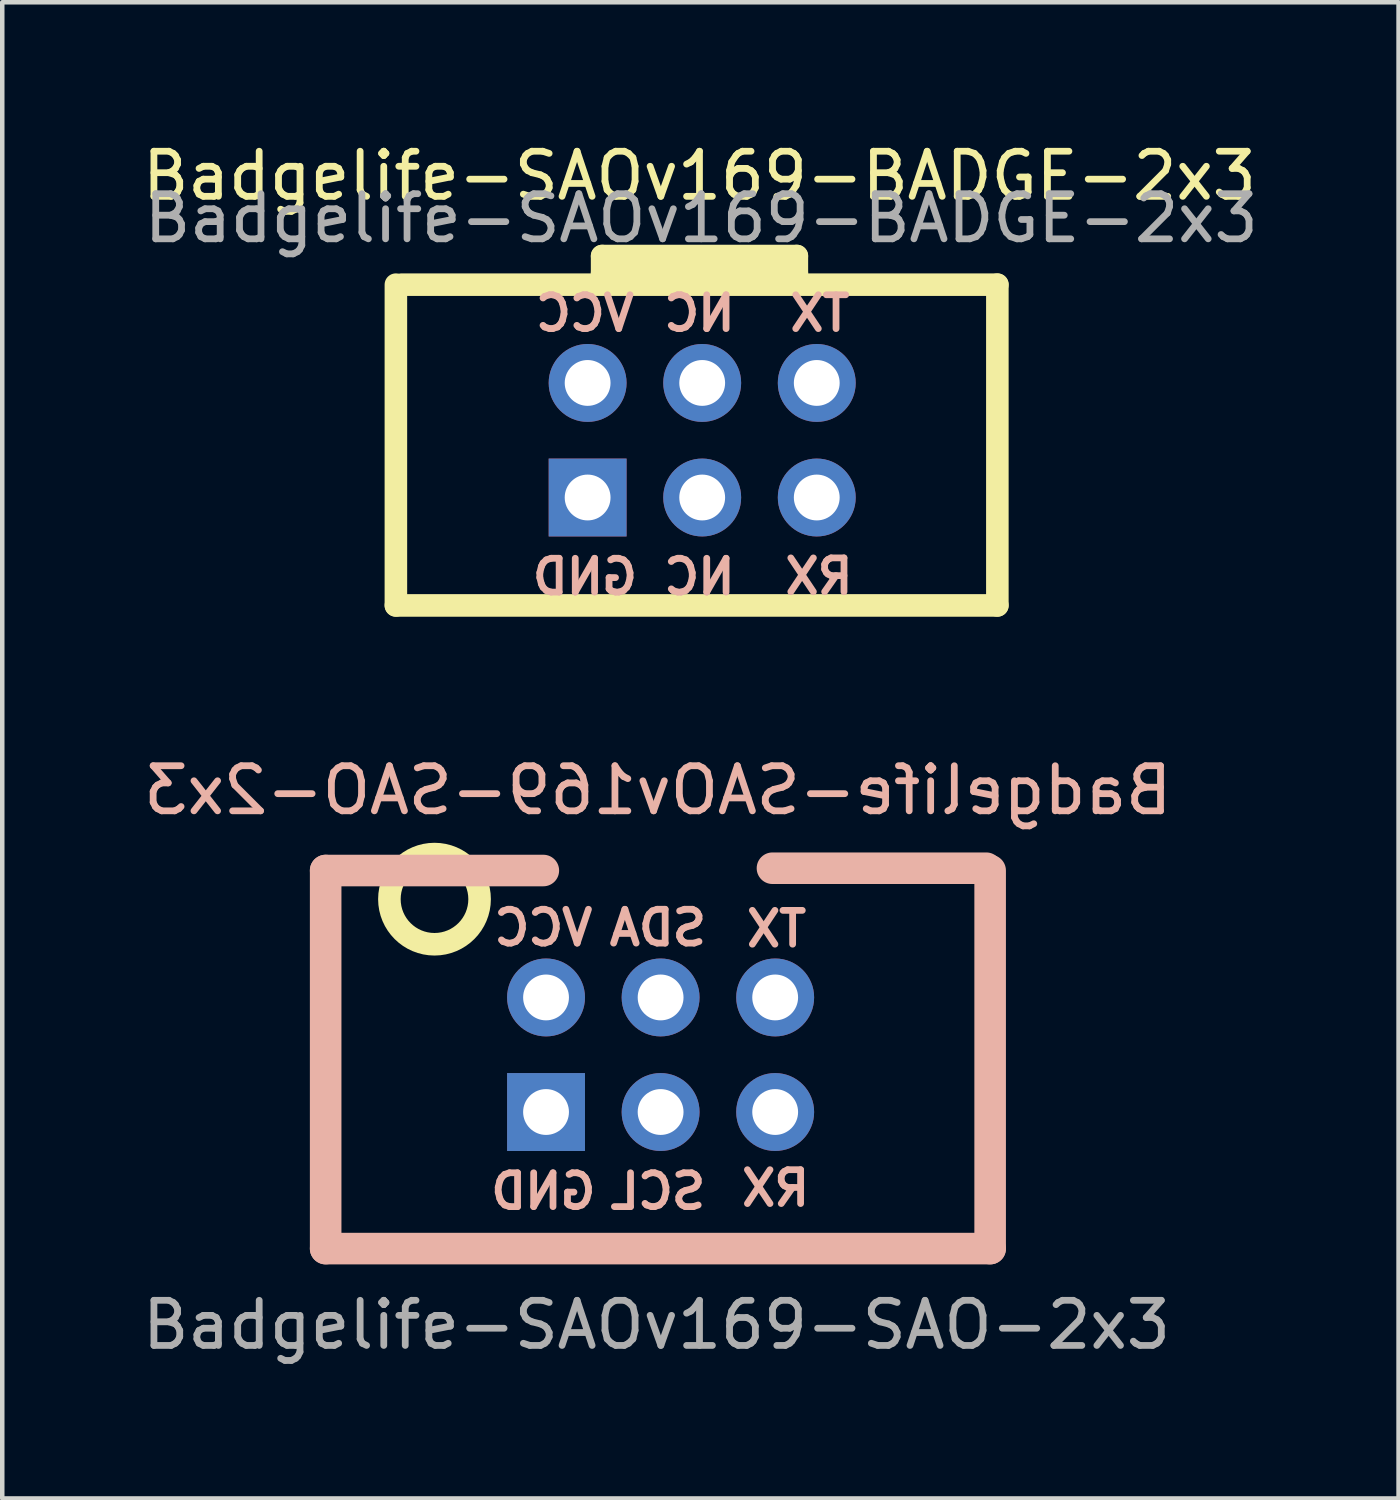
<source format=kicad_pcb>
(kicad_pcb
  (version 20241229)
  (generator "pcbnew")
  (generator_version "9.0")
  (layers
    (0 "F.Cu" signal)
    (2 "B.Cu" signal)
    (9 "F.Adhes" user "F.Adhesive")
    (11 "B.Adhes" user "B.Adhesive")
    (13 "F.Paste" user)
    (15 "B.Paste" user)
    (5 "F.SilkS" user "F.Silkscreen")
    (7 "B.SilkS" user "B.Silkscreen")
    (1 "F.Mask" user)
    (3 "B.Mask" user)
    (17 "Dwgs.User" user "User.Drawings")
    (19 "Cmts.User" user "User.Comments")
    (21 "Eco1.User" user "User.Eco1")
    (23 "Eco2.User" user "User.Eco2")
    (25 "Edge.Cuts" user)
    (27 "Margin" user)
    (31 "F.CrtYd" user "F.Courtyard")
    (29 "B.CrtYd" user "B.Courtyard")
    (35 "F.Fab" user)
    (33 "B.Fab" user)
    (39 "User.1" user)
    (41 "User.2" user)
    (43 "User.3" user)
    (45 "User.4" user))
  (footprint "Badgelife-SAOv169-SAO-2x3"
    (layer "F.Cu")
    (at 11.536 20.314)
    (property "Reference" "Badgelife-SAOv169-SAO-2x3" (at 0 -5.842 0) (layer "B.SilkS") (effects (font (size 1 1) (thickness 0.15)) (justify mirror)))
    (attr through_hole)
    (fp_circle (center -4.953 -3.429) (end -3.953 -3.429) (stroke (width 0.5) (type solid)) (fill no) (layer "F.SilkS"))
    (fp_line (start -7.366 -4.064) (end -7.366 4.318) (stroke (width 0.7) (type solid)) (layer "B.SilkS"))
    (fp_line (start -7.366 4.318) (end 7.366 4.318) (stroke (width 0.7) (type solid)) (layer "B.SilkS"))
    (fp_line (start -2.54 -4.064) (end -7.366 -4.064) (stroke (width 0.7) (type solid)) (layer "B.SilkS"))
    (fp_line (start 7.28 -4.115) (end 2.54 -4.115) (stroke (width 0.7) (type solid)) (layer "B.SilkS"))
    (fp_line (start 7.366 4.318) (end 7.366 -4.064) (stroke (width 0.7) (type solid)) (layer "B.SilkS"))
    (fp_text user "VCC" (at -2.54 -2.794 0) (unlocked yes) (layer "B.SilkS") (effects (font (size 0.75 0.75) (thickness 0.15)) (justify mirror)))
    (fp_text user "SDA" (at 0 -2.794 0) (unlocked yes) (layer "B.SilkS") (effects (font (size 0.75 0.75) (thickness 0.15)) (justify mirror)))
    (fp_text user "SCL" (at 0 3.048 0) (layer "B.SilkS") (effects (font (size 0.75 0.75) (thickness 0.15)) (justify mirror)))
    (fp_text user "GND" (at -2.54 3.048 0) (unlocked yes) (layer "B.SilkS") (effects (font (size 0.75 0.75) (thickness 0.15)) (justify mirror)))
    (fp_text user "TX" (at 2.63 -2.77 0) (unlocked yes) (layer "B.SilkS") (effects (font (size 0.75 0.75) (thickness 0.15)) (justify mirror)))
    (fp_text user "RX" (at 2.61 2.98 0) (layer "B.SilkS") (effects (font (size 0.75 0.75) (thickness 0.15)) (justify mirror)))
    (fp_text user "${REFERENCE}" (at -0.03 6.01 0) (layer "F.Fab") (effects (font (size 1 1) (thickness 0.15))))
    (pad "1" thru_hole oval (at -2.48 -1.25 270) (size 1.727 1.727) (drill 1.016) (layers "*.Cu" "*.Mask"))
    (pad "2" thru_hole rect (at -2.48 1.29 270) (size 1.727 1.727) (drill 1.016) (layers "*.Cu" "*.Mask"))
    (pad "3" thru_hole oval (at 0.06 -1.25 270) (size 1.727 1.727) (drill 1.016) (layers "*.Cu" "*.Mask"))
    (pad "4" thru_hole oval (at 0.06 1.29 270) (size 1.727 1.727) (drill 1.016) (layers "*.Cu" "*.Mask"))
    (pad "5" thru_hole circle (at 2.6 -1.25 270) (size 1.727 1.727) (drill 1.016) (layers "*.Cu" "*.Mask"))
    (pad "6" thru_hole circle (at 2.6 1.29 270) (size 1.727 1.727) (drill 1.016) (layers "*.Cu" "*.Mask")))
  (footprint "Badgelife-SAOv169-BADGE-2x3"
    (layer "F.Cu")
    (at 12.458 6.69)
    (property "Reference" "Badgelife-SAOv169-BADGE-2x3" (at 0 -5.842 0) (layer "F.SilkS") (effects (font (size 1 1) (thickness 0.15))))
    (attr through_hole)
    (fp_line (start -6.731 3.683) (end -6.731 -3.429) (stroke (width 0.5) (type solid)) (layer "F.SilkS"))
    (fp_line (start -6.604 -3.429) (end 6.604 -3.429) (stroke (width 0.5) (type solid)) (layer "F.SilkS"))
    (fp_line (start -2.159 -4.064) (end 2.159 -4.064) (stroke (width 0.5) (type solid)) (layer "F.SilkS"))
    (fp_line (start -2.159 -3.556) (end -2.159 -4.064) (stroke (width 0.5) (type solid)) (layer "F.SilkS"))
    (fp_line (start 2.159 -4.064) (end 2.159 -3.556) (stroke (width 0.5) (type solid)) (layer "F.SilkS"))
    (fp_line (start 2.159 -3.683) (end -2.159 -3.683) (stroke (width 0.5) (type solid)) (layer "F.SilkS"))
    (fp_line (start 6.604 -3.429) (end 6.604 3.683) (stroke (width 0.5) (type solid)) (layer "F.SilkS"))
    (fp_line (start 6.604 3.683) (end -6.731 3.683) (stroke (width 0.5) (type solid)) (layer "F.SilkS"))
    (fp_text user "NC" (at 0 3.048 0) (layer "B.SilkS") (effects (font (size 0.75 0.75) (thickness 0.15)) (justify mirror)))
    (fp_text user "VCC" (at -2.54 -2.794 0) (layer "B.SilkS") (effects (font (size 0.75 0.75) (thickness 0.15)) (justify mirror)))
    (fp_text user "NC" (at 0 -2.794 0) (layer "B.SilkS") (effects (font (size 0.75 0.75) (thickness 0.15)) (justify mirror)))
    (fp_text user "RX" (at 2.65 3.04 0) (layer "B.SilkS") (effects (font (size 0.75 0.75) (thickness 0.15)) (justify mirror)))
    (fp_text user "TX" (at 2.67 -2.794 0) (layer "B.SilkS") (effects (font (size 0.75 0.75) (thickness 0.15)) (justify mirror)))
    (fp_text user "GND" (at -2.54 3.048 0) (layer "B.SilkS") (effects (font (size 0.75 0.75) (thickness 0.15)) (justify mirror)))
    (fp_text user "${REFERENCE}" (at 0.04 -4.9 0) (layer "F.Fab") (effects (font (size 1 1) (thickness 0.15))))
    (pad "1" thru_hole oval (at -2.48 -1.25 270) (size 1.727 1.727) (drill 1.016) (layers "*.Cu" "*.Mask"))
    (pad "2" thru_hole rect (at -2.48 1.29 270) (size 1.727 1.727) (drill 1.016) (layers "*.Cu" "*.Mask"))
    (pad "3" thru_hole oval (at 0.06 -1.25 270) (size 1.727 1.727) (drill 1.016) (layers "*.Cu" "*.Mask"))
    (pad "4" thru_hole oval (at 0.06 1.29 270) (size 1.727 1.727) (drill 1.016) (layers "*.Cu" "*.Mask"))
    (pad "5" thru_hole circle (at 2.6 -1.25 270) (size 1.727 1.727) (drill 1.016) (layers "*.Cu" "*.Mask"))
    (pad "6" thru_hole circle (at 2.6 1.29 270) (size 1.727 1.727) (drill 1.016) (layers "*.Cu" "*.Mask")))
  (gr_rect
    (start -3 -3)
    (end 27.957 30.172)
    (stroke (width 0.1) (type default))
    (fill no)
    (layer "Edge.Cuts")))
</source>
